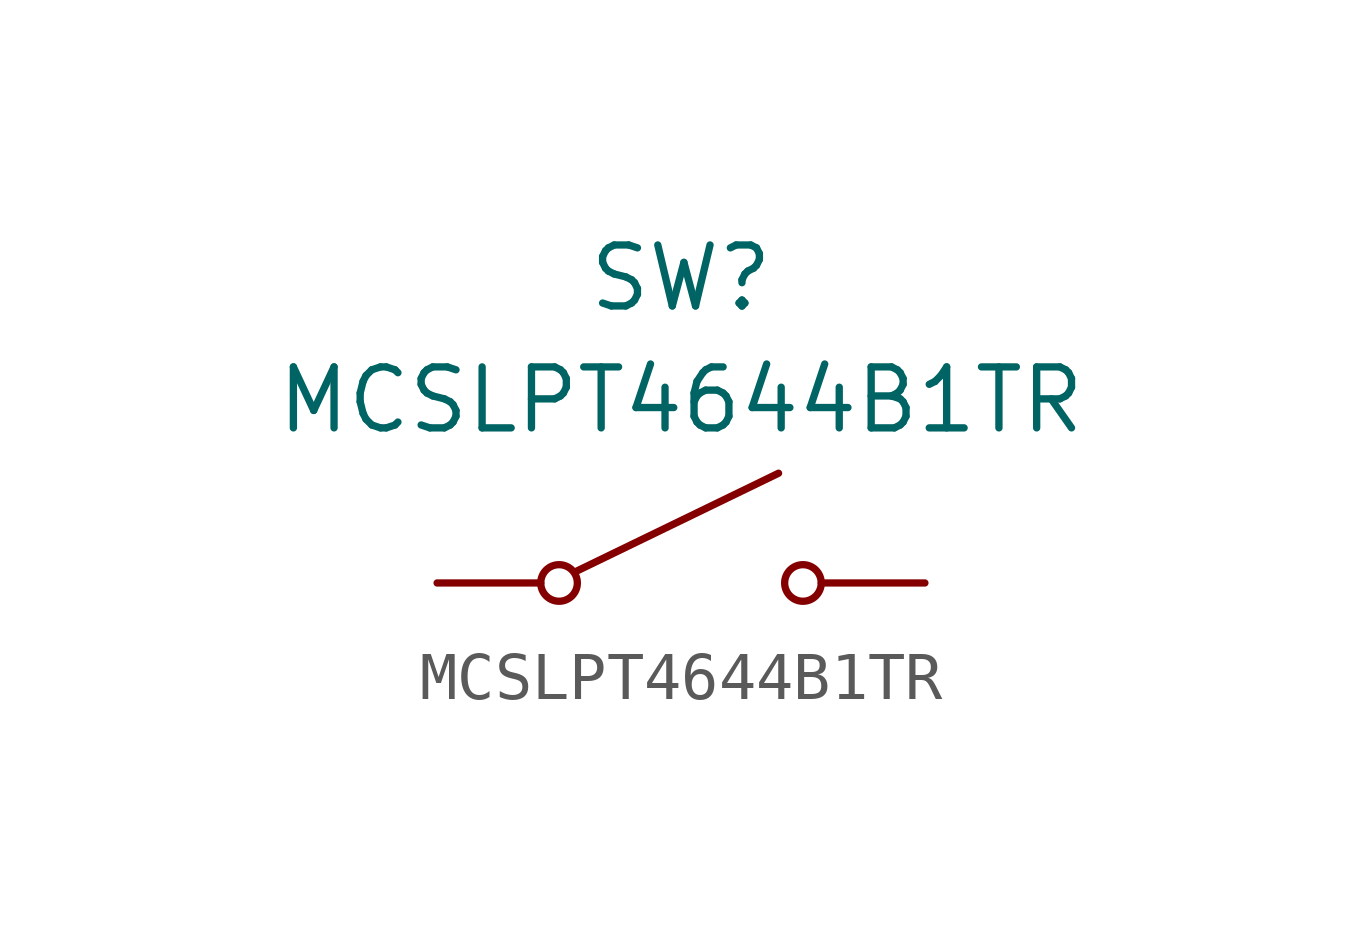
<source format=kicad_sym>
(kicad_symbol_lib
  (version 20220914)
  (generator kicad_symbol_editor)
  (symbol "MCSLPT4644B1TR"
    (pin_numbers hide)
    (pin_names
      (offset 1.016) hide)
    (property "Reference" "SW"
      (at 0 6.35 0)
      (effects (font (size 1.27 1.27))))
    (property "Value" "MCSLPT4644B1TR"
      (at 0 3.81 0)
      (effects (font (size 1.27 1.27))))
    (symbol "MCSLPT4644B1TR_0_1"
      (circle (center -2.54 0) (radius 0.381) (stroke (width 0) (type solid)) (fill (type none)))
      (polyline (pts (xy 2.032 2.286) (xy -2.159 0.254)) (stroke (width 0) (type solid)) (fill (type none)))
      (circle (center 2.54 0) (radius 0.381) (stroke (width 0) (type solid)) (fill (type none))))
    (symbol "MCSLPT4644B1TR_1_1"
      (pin passive line (at -5.08 0 0) (length 2.159) (name "1" (effects (font (size 1.27 1.27)))) (number "1" (effects (font (size 1.27 1.27)))))
      (pin passive line (at 5.08 0 180) (length 2.159) (name "2" (effects (font (size 1.27 1.27)))) (number "2" (effects (font (size 1.27 1.27))))))))
</source>
